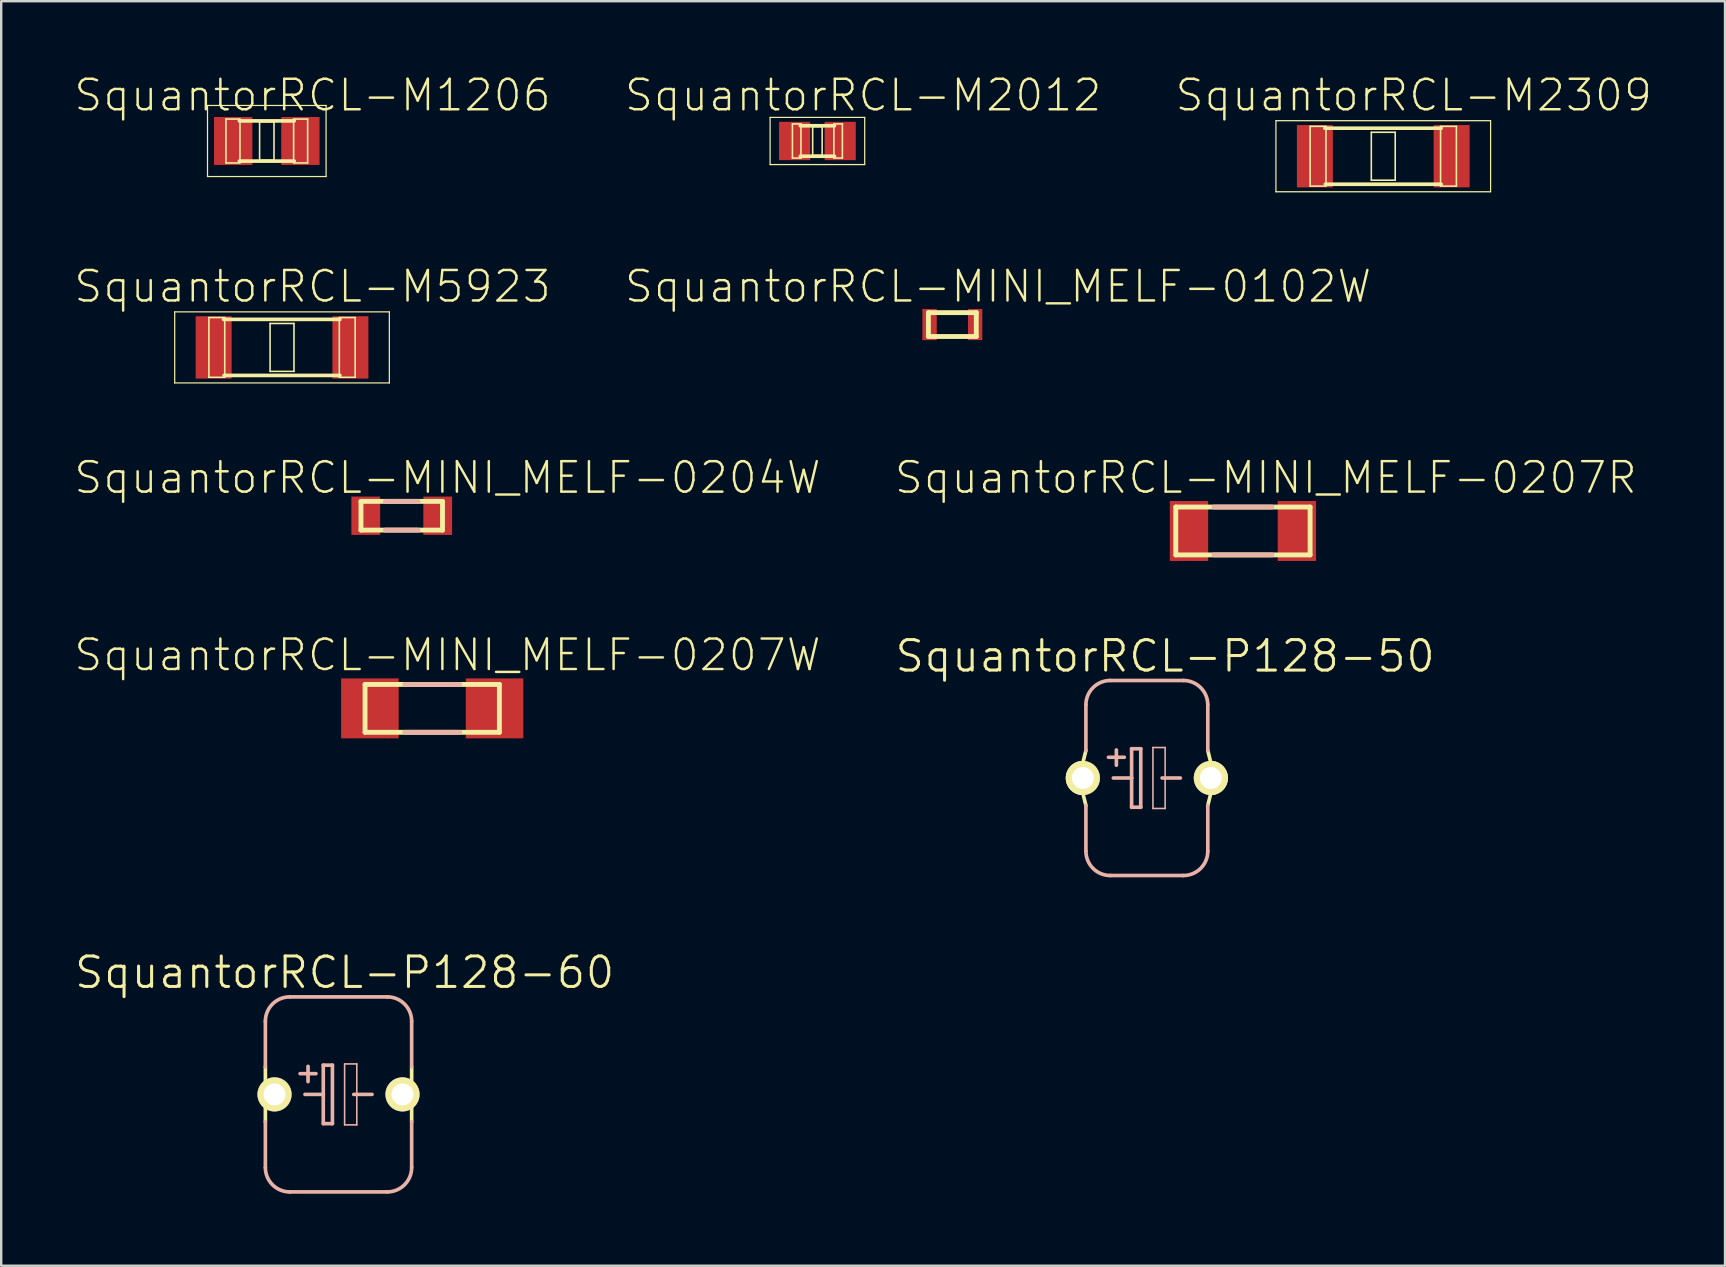
<source format=kicad_pcb>
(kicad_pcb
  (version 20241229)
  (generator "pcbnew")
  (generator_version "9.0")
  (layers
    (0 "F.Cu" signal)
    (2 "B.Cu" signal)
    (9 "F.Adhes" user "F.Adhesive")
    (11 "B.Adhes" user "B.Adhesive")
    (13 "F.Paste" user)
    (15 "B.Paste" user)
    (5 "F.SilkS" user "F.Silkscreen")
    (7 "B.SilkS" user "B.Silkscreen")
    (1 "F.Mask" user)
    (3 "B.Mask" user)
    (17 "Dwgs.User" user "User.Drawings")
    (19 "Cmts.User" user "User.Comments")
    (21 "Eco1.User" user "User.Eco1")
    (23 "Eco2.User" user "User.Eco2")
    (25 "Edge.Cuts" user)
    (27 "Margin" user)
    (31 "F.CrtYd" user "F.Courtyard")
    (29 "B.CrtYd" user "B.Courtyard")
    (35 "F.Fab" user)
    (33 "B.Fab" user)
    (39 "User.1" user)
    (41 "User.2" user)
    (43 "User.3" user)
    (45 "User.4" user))
  (footprint "SquantorRCL-M5923"
    (layer "F.Cu")
    (at 8.704 11.429)
    (property "Reference" "SquantorRCL-M5923" (at 1.27 -2.54 0) (layer "F.SilkS") (effects (font (size 1.27 1.27) (thickness 0.102))))
    (attr smd)
    (fp_line (start -4.473 -1.481) (end 4.473 -1.481) (stroke (width 0.051) (type solid)) (layer "F.SilkS"))
    (fp_line (start -4.473 1.481) (end -4.473 -1.481) (stroke (width 0.051) (type solid)) (layer "F.SilkS"))
    (fp_line (start -3.048 -1.245) (end -2.388 -1.245) (stroke (width 0.066) (type solid)) (layer "F.SilkS"))
    (fp_line (start -3.048 1.245) (end -3.048 -1.245) (stroke (width 0.066) (type solid)) (layer "F.SilkS"))
    (fp_line (start -3.048 1.245) (end -2.388 1.245) (stroke (width 0.066) (type solid)) (layer "F.SilkS"))
    (fp_line (start -2.388 1.245) (end -2.388 -1.245) (stroke (width 0.066) (type solid)) (layer "F.SilkS"))
    (fp_line (start -0.498 -0.998) (end 0.498 -0.998) (stroke (width 0.066) (type solid)) (layer "F.SilkS"))
    (fp_line (start -0.498 0.998) (end -0.498 -0.998) (stroke (width 0.066) (type solid)) (layer "F.SilkS"))
    (fp_line (start -0.498 0.998) (end 0.498 0.998) (stroke (width 0.066) (type solid)) (layer "F.SilkS"))
    (fp_line (start 0.498 0.998) (end 0.498 -0.998) (stroke (width 0.066) (type solid)) (layer "F.SilkS"))
    (fp_line (start 2.388 -1.245) (end 3.048 -1.245) (stroke (width 0.066) (type solid)) (layer "F.SilkS"))
    (fp_line (start 2.388 1.245) (end 2.388 -1.245) (stroke (width 0.066) (type solid)) (layer "F.SilkS"))
    (fp_line (start 2.388 1.245) (end 3.048 1.245) (stroke (width 0.066) (type solid)) (layer "F.SilkS"))
    (fp_line (start 2.413 -1.168) (end -2.438 -1.168) (stroke (width 0.152) (type solid)) (layer "F.SilkS"))
    (fp_line (start 2.413 1.168) (end -2.413 1.168) (stroke (width 0.152) (type solid)) (layer "F.SilkS"))
    (fp_line (start 3.048 1.245) (end 3.048 -1.245) (stroke (width 0.066) (type solid)) (layer "F.SilkS"))
    (fp_line (start 4.473 -1.481) (end 4.473 1.481) (stroke (width 0.051) (type solid)) (layer "F.SilkS"))
    (fp_line (start 4.473 1.481) (end -4.473 1.481) (stroke (width 0.051) (type solid)) (layer "F.SilkS"))
    (pad "1" smd rect (at -2.85 0) (size 1.499 2.598) (layers "F.Cu" "F.Mask" "F.Paste"))
    (pad "2" smd rect (at 2.85 0) (size 1.499 2.598) (layers "F.Cu" "F.Mask" "F.Paste")))
  (footprint "SquantorRCL-P128-60"
    (layer "F.Cu")
    (at 11.058 42.56)
    (property "Reference" "SquantorRCL-P128-60" (at 0.254 -5.08 0) (layer "F.SilkS") (effects (font (size 1.27 1.27) (thickness 0.127))))
    (attr exclude_from_pos_files exclude_from_bom)
    (fp_line (start -3.048 1.143) (end -3.048 -1.143) (stroke (width 0.152) (type solid)) (layer "F.SilkS"))
    (fp_line (start 3.048 1.143) (end 3.048 -1.143) (stroke (width 0.152) (type solid)) (layer "F.SilkS"))
    (fp_line (start -3.048 -3.048) (end -3.048 -1.143) (stroke (width 0.152) (type solid)) (layer "B.SilkS"))
    (fp_line (start -3.048 1.143) (end -3.048 3.048) (stroke (width 0.152) (type solid)) (layer "B.SilkS"))
    (fp_line (start -2.032 4.064) (end 2.032 4.064) (stroke (width 0.152) (type solid)) (layer "B.SilkS"))
    (fp_line (start -1.397 0) (end -0.635 0) (stroke (width 0.152) (type solid)) (layer "B.SilkS"))
    (fp_line (start -1.27 -1.168) (end -1.27 -0.533) (stroke (width 0.152) (type solid)) (layer "B.SilkS"))
    (fp_line (start -0.94 -0.864) (end -1.6 -0.864) (stroke (width 0.152) (type solid)) (layer "B.SilkS"))
    (fp_line (start -0.635 -1.219) (end -0.635 0) (stroke (width 0.152) (type solid)) (layer "B.SilkS"))
    (fp_line (start -0.635 0) (end -0.635 1.219) (stroke (width 0.152) (type solid)) (layer "B.SilkS"))
    (fp_line (start -0.635 1.219) (end -0.254 1.219) (stroke (width 0.152) (type solid)) (layer "B.SilkS"))
    (fp_line (start -0.254 -1.219) (end -0.635 -1.219) (stroke (width 0.152) (type solid)) (layer "B.SilkS"))
    (fp_line (start -0.254 1.219) (end -0.254 -1.219) (stroke (width 0.152) (type solid)) (layer "B.SilkS"))
    (fp_line (start 0.254 -1.27) (end 0.762 -1.27) (stroke (width 0.066) (type solid)) (layer "B.SilkS"))
    (fp_line (start 0.254 1.27) (end 0.254 -1.27) (stroke (width 0.066) (type solid)) (layer "B.SilkS"))
    (fp_line (start 0.254 1.27) (end 0.762 1.27) (stroke (width 0.066) (type solid)) (layer "B.SilkS"))
    (fp_line (start 0.635 0) (end 1.397 0) (stroke (width 0.152) (type solid)) (layer "B.SilkS"))
    (fp_line (start 0.762 1.27) (end 0.762 -1.27) (stroke (width 0.066) (type solid)) (layer "B.SilkS"))
    (fp_line (start 2.032 -4.064) (end -2.032 -4.064) (stroke (width 0.152) (type solid)) (layer "B.SilkS"))
    (fp_line (start 3.048 -3.048) (end 3.048 -1.143) (stroke (width 0.152) (type solid)) (layer "B.SilkS"))
    (fp_line (start 3.048 1.143) (end 3.048 3.048) (stroke (width 0.152) (type solid)) (layer "B.SilkS"))
    (fp_arc (start -3.048 -3.048) (mid -2.75042 -3.76642) (end -2.032 -4.064) (stroke (width 0.1524) (type solid)) (layer "B.SilkS"))
    (fp_arc (start -2.032 4.064) (mid -2.75042 3.76642) (end -3.048 3.048) (stroke (width 0.1524) (type solid)) (layer "B.SilkS"))
    (fp_arc (start 2.032 -4.064) (mid 2.75042 -3.76642) (end 3.048 -3.048) (stroke (width 0.1524) (type solid)) (layer "B.SilkS"))
    (fp_arc (start 3.048 3.048) (mid 2.75042 3.76642) (end 2.032 4.064) (stroke (width 0.1524) (type solid)) (layer "B.SilkS"))
    (pad "+" thru_hole circle (at -2.667 0) (size 1.422 1.422) (drill 0.914) (layers "*.Cu" "F.Mask" "F.SilkS" "F.Paste"))
    (pad "-" thru_hole circle (at 2.667 0) (size 1.422 1.422) (drill 0.914) (layers "*.Cu" "F.Mask" "F.SilkS" "F.Paste")))
  (footprint "SquantorRCL-MINI_MELF-0102W"
    (layer "F.Cu")
    (at 36.64 10.476)
    (property "Reference" "SquantorRCL-MINI_MELF-0102W" (at 1.905 -1.587 0) (layer "F.SilkS") (effects (font (size 1.27 1.27) (thickness 0.102))))
    (attr smd)
    (fp_line (start -0.998 -0.498) (end -0.998 0.498) (stroke (width 0.203) (type solid)) (layer "F.SilkS"))
    (fp_line (start -0.998 0.498) (end 0.998 0.498) (stroke (width 0.203) (type solid)) (layer "F.SilkS"))
    (fp_line (start 0.998 -0.498) (end -0.998 -0.498) (stroke (width 0.203) (type solid)) (layer "F.SilkS"))
    (fp_line (start 0.998 0.498) (end 0.998 -0.498) (stroke (width 0.203) (type solid)) (layer "F.SilkS"))
    (pad "1" smd rect (at -0.95 0) (size 0.599 1.298) (layers "F.Cu" "F.Mask" "F.Paste"))
    (pad "2" smd rect (at 0.95 0) (size 0.599 1.298) (layers "F.Cu" "F.Mask" "F.Paste")))
  (footprint "SquantorRCL-MINI_MELF-0207W"
    (layer "F.Cu")
    (at 14.963 26.472)
    (property "Reference" "SquantorRCL-MINI_MELF-0207W" (at 0.635 -2.223 0) (layer "F.SilkS") (effects (font (size 1.27 1.27) (thickness 0.102))))
    (attr smd)
    (fp_line (start -2.799 -0.998) (end -2.799 0.998) (stroke (width 0.203) (type solid)) (layer "F.SilkS"))
    (fp_line (start -2.799 0.998) (end 2.799 0.998) (stroke (width 0.203) (type solid)) (layer "F.SilkS"))
    (fp_line (start 2.799 -0.998) (end -2.799 -0.998) (stroke (width 0.203) (type solid)) (layer "F.SilkS"))
    (fp_line (start 2.799 0.998) (end 2.799 -0.998) (stroke (width 0.203) (type solid)) (layer "F.SilkS"))
    (fp_line (start -1.148 0.998) (end 1.148 0.998) (stroke (width 0.203) (type solid)) (layer "B.SilkS"))
    (fp_line (start 1.148 -0.998) (end -1.148 -0.998) (stroke (width 0.203) (type solid)) (layer "B.SilkS"))
    (pad "1" smd rect (at -2.598 0) (size 2.398 2.499) (layers "F.Cu" "F.Mask" "F.Paste"))
    (pad "2" smd rect (at 2.598 0) (size 2.398 2.499) (layers "F.Cu" "F.Mask" "F.Paste")))
  (footprint "SquantorRCL-M2012"
    (layer "F.Cu")
    (at 31.016 2.826)
    (property "Reference" "SquantorRCL-M2012" (at 1.905 -1.905 0) (layer "F.SilkS") (effects (font (size 1.27 1.27) (thickness 0.102))))
    (attr smd)
    (fp_line (start -1.971 -0.983) (end 1.971 -0.983) (stroke (width 0.051) (type solid)) (layer "F.SilkS"))
    (fp_line (start -1.971 0.983) (end -1.971 -0.983) (stroke (width 0.051) (type solid)) (layer "F.SilkS"))
    (fp_line (start -1.041 -0.711) (end -0.686 -0.711) (stroke (width 0.066) (type solid)) (layer "F.SilkS"))
    (fp_line (start -1.041 0.711) (end -1.041 -0.711) (stroke (width 0.066) (type solid)) (layer "F.SilkS"))
    (fp_line (start -1.041 0.711) (end -0.686 0.711) (stroke (width 0.066) (type solid)) (layer "F.SilkS"))
    (fp_line (start -0.686 0.711) (end -0.686 -0.711) (stroke (width 0.066) (type solid)) (layer "F.SilkS"))
    (fp_line (start -0.198 -0.599) (end 0.198 -0.599) (stroke (width 0.066) (type solid)) (layer "F.SilkS"))
    (fp_line (start -0.198 0.599) (end -0.198 -0.599) (stroke (width 0.066) (type solid)) (layer "F.SilkS"))
    (fp_line (start -0.198 0.599) (end 0.198 0.599) (stroke (width 0.066) (type solid)) (layer "F.SilkS"))
    (fp_line (start 0.198 0.599) (end 0.198 -0.599) (stroke (width 0.066) (type solid)) (layer "F.SilkS"))
    (fp_line (start 0.686 -0.711) (end 1.041 -0.711) (stroke (width 0.066) (type solid)) (layer "F.SilkS"))
    (fp_line (start 0.686 0.711) (end 0.686 -0.711) (stroke (width 0.066) (type solid)) (layer "F.SilkS"))
    (fp_line (start 0.686 0.711) (end 1.041 0.711) (stroke (width 0.066) (type solid)) (layer "F.SilkS"))
    (fp_line (start 0.711 -0.635) (end -0.711 -0.635) (stroke (width 0.152) (type solid)) (layer "F.SilkS"))
    (fp_line (start 0.711 0.635) (end -0.711 0.635) (stroke (width 0.152) (type solid)) (layer "F.SilkS"))
    (fp_line (start 1.041 0.711) (end 1.041 -0.711) (stroke (width 0.066) (type solid)) (layer "F.SilkS"))
    (fp_line (start 1.971 -0.983) (end 1.971 0.983) (stroke (width 0.051) (type solid)) (layer "F.SilkS"))
    (fp_line (start 1.971 0.983) (end -1.971 0.983) (stroke (width 0.051) (type solid)) (layer "F.SilkS"))
    (pad "1" smd rect (at -0.95 0) (size 1.298 1.598) (layers "F.Cu" "F.Mask" "F.Paste"))
    (pad "2" smd rect (at 0.95 0) (size 1.298 1.598) (layers "F.Cu" "F.Mask" "F.Paste")))
  (footprint "SquantorRCL-M1206"
    (layer "F.Cu")
    (at 8.069 2.826)
    (property "Reference" "SquantorRCL-M1206" (at 1.905 -1.905 0) (layer "F.SilkS") (effects (font (size 1.27 1.27) (thickness 0.102))))
    (attr smd)
    (fp_line (start -2.471 -1.481) (end 2.471 -1.481) (stroke (width 0.051) (type solid)) (layer "F.SilkS"))
    (fp_line (start -2.471 1.481) (end -2.471 -1.481) (stroke (width 0.051) (type solid)) (layer "F.SilkS"))
    (fp_line (start -1.702 -0.914) (end -1.118 -0.914) (stroke (width 0.066) (type solid)) (layer "F.SilkS"))
    (fp_line (start -1.702 0.914) (end -1.702 -0.914) (stroke (width 0.066) (type solid)) (layer "F.SilkS"))
    (fp_line (start -1.702 0.914) (end -1.118 0.914) (stroke (width 0.066) (type solid)) (layer "F.SilkS"))
    (fp_line (start -1.118 0.914) (end -1.118 -0.914) (stroke (width 0.066) (type solid)) (layer "F.SilkS"))
    (fp_line (start -0.3 -0.8) (end 0.3 -0.8) (stroke (width 0.066) (type solid)) (layer "F.SilkS"))
    (fp_line (start -0.3 0.8) (end -0.3 -0.8) (stroke (width 0.066) (type solid)) (layer "F.SilkS"))
    (fp_line (start -0.3 0.8) (end 0.3 0.8) (stroke (width 0.066) (type solid)) (layer "F.SilkS"))
    (fp_line (start 0.3 0.8) (end 0.3 -0.8) (stroke (width 0.066) (type solid)) (layer "F.SilkS"))
    (fp_line (start 1.118 -0.914) (end 1.702 -0.914) (stroke (width 0.066) (type solid)) (layer "F.SilkS"))
    (fp_line (start 1.118 0.914) (end 1.118 -0.914) (stroke (width 0.066) (type solid)) (layer "F.SilkS"))
    (fp_line (start 1.118 0.914) (end 1.702 0.914) (stroke (width 0.066) (type solid)) (layer "F.SilkS"))
    (fp_line (start 1.143 -0.838) (end -1.143 -0.838) (stroke (width 0.152) (type solid)) (layer "F.SilkS"))
    (fp_line (start 1.143 0.838) (end -1.143 0.838) (stroke (width 0.152) (type solid)) (layer "F.SilkS"))
    (fp_line (start 1.702 0.914) (end 1.702 -0.914) (stroke (width 0.066) (type solid)) (layer "F.SilkS"))
    (fp_line (start 2.471 -1.481) (end 2.471 1.481) (stroke (width 0.051) (type solid)) (layer "F.SilkS"))
    (fp_line (start 2.471 1.481) (end -2.471 1.481) (stroke (width 0.051) (type solid)) (layer "F.SilkS"))
    (pad "1" smd rect (at -1.4 0) (size 1.598 1.999) (layers "F.Cu" "F.Mask" "F.Paste"))
    (pad "2" smd rect (at 1.4 0) (size 1.598 1.999) (layers "F.Cu" "F.Mask" "F.Paste")))
  (footprint "SquantorRCL-P128-50"
    (layer "F.Cu")
    (at 44.746 29.374)
    (property "Reference" "SquantorRCL-P128-50" (at 0.762 -5.08 0) (layer "F.SilkS") (effects (font (size 1.27 1.27) (thickness 0.127))))
    (attr exclude_from_pos_files exclude_from_bom)
    (fp_line (start -2.667 -0.635) (end -2.54 -1.143) (stroke (width 0.152) (type solid)) (layer "F.SilkS"))
    (fp_line (start -2.54 1.143) (end -2.667 0.635) (stroke (width 0.152) (type solid)) (layer "F.SilkS"))
    (fp_line (start 2.54 1.143) (end 2.667 0.635) (stroke (width 0.152) (type solid)) (layer "F.SilkS"))
    (fp_line (start 2.667 -0.635) (end 2.54 -1.143) (stroke (width 0.152) (type solid)) (layer "F.SilkS"))
    (fp_arc (start -2.667 0.635) (mid -3.302 0) (end -2.667 -0.635) (stroke (width 0.1524) (type solid)) (layer "F.SilkS"))
    (fp_arc (start 2.667 -0.635) (mid 3.302 0) (end 2.667 0.635) (stroke (width 0.1524) (type solid)) (layer "F.SilkS"))
    (fp_line (start -2.54 -3.048) (end -2.54 -1.143) (stroke (width 0.152) (type solid)) (layer "B.SilkS"))
    (fp_line (start -2.54 1.143) (end -2.54 3.048) (stroke (width 0.152) (type solid)) (layer "B.SilkS"))
    (fp_line (start -1.524 4.064) (end 1.524 4.064) (stroke (width 0.152) (type solid)) (layer "B.SilkS"))
    (fp_line (start -1.397 0) (end -0.635 0) (stroke (width 0.152) (type solid)) (layer "B.SilkS"))
    (fp_line (start -1.27 -1.168) (end -1.27 -0.533) (stroke (width 0.152) (type solid)) (layer "B.SilkS"))
    (fp_line (start -0.94 -0.864) (end -1.6 -0.864) (stroke (width 0.152) (type solid)) (layer "B.SilkS"))
    (fp_line (start -0.635 -1.219) (end -0.635 0) (stroke (width 0.152) (type solid)) (layer "B.SilkS"))
    (fp_line (start -0.635 0) (end -0.635 1.219) (stroke (width 0.152) (type solid)) (layer "B.SilkS"))
    (fp_line (start -0.635 1.219) (end -0.254 1.219) (stroke (width 0.152) (type solid)) (layer "B.SilkS"))
    (fp_line (start -0.254 -1.219) (end -0.635 -1.219) (stroke (width 0.152) (type solid)) (layer "B.SilkS"))
    (fp_line (start -0.254 1.219) (end -0.254 -1.219) (stroke (width 0.152) (type solid)) (layer "B.SilkS"))
    (fp_line (start 0.254 -1.27) (end 0.762 -1.27) (stroke (width 0.066) (type solid)) (layer "B.SilkS"))
    (fp_line (start 0.254 1.27) (end 0.254 -1.27) (stroke (width 0.066) (type solid)) (layer "B.SilkS"))
    (fp_line (start 0.254 1.27) (end 0.762 1.27) (stroke (width 0.066) (type solid)) (layer "B.SilkS"))
    (fp_line (start 0.635 0) (end 1.397 0) (stroke (width 0.152) (type solid)) (layer "B.SilkS"))
    (fp_line (start 0.762 1.27) (end 0.762 -1.27) (stroke (width 0.066) (type solid)) (layer "B.SilkS"))
    (fp_line (start 1.524 -4.064) (end -1.524 -4.064) (stroke (width 0.152) (type solid)) (layer "B.SilkS"))
    (fp_line (start 2.54 -3.048) (end 2.54 -1.143) (stroke (width 0.152) (type solid)) (layer "B.SilkS"))
    (fp_line (start 2.54 1.143) (end 2.54 3.048) (stroke (width 0.152) (type solid)) (layer "B.SilkS"))
    (fp_arc (start -2.54 -3.048) (mid -2.24242 -3.76642) (end -1.524 -4.064) (stroke (width 0.1524) (type solid)) (layer "B.SilkS"))
    (fp_arc (start -1.524 4.064) (mid -2.24242 3.76642) (end -2.54 3.048) (stroke (width 0.1524) (type solid)) (layer "B.SilkS"))
    (fp_arc (start 1.524 -4.064) (mid 2.24242 -3.76642) (end 2.54 -3.048) (stroke (width 0.1524) (type solid)) (layer "B.SilkS"))
    (fp_arc (start 2.54 3.048) (mid 2.24242 3.76642) (end 1.524 4.064) (stroke (width 0.1524) (type solid)) (layer "B.SilkS"))
    (pad "+" thru_hole circle (at -2.667 0) (size 1.422 1.422) (drill 0.914) (layers "*.Cu" "F.Mask" "F.SilkS" "F.Paste"))
    (pad "-" thru_hole circle (at 2.667 0) (size 1.422 1.422) (drill 0.914) (layers "*.Cu" "F.Mask" "F.SilkS" "F.Paste")))
  (footprint "SquantorRCL-MINI_MELF-0207R"
    (layer "F.Cu")
    (at 48.751 19.079)
    (property "Reference" "SquantorRCL-MINI_MELF-0207R" (at 0.953 -2.223 0) (layer "F.SilkS") (effects (font (size 1.27 1.27) (thickness 0.102))))
    (attr smd)
    (fp_line (start -2.799 -0.998) (end -2.799 0.998) (stroke (width 0.203) (type solid)) (layer "F.SilkS"))
    (fp_line (start -2.799 0.998) (end 2.799 0.998) (stroke (width 0.203) (type solid)) (layer "F.SilkS"))
    (fp_line (start 2.799 -0.998) (end -2.799 -0.998) (stroke (width 0.203) (type solid)) (layer "F.SilkS"))
    (fp_line (start 2.799 0.998) (end 2.799 -0.998) (stroke (width 0.203) (type solid)) (layer "F.SilkS"))
    (fp_line (start -1.212 0.998) (end 1.212 0.998) (stroke (width 0.203) (type solid)) (layer "B.SilkS"))
    (fp_line (start 1.212 -0.998) (end -1.212 -0.998) (stroke (width 0.203) (type solid)) (layer "B.SilkS"))
    (pad "1" smd rect (at -2.248 0) (size 1.598 2.499) (layers "F.Cu" "F.Mask" "F.Paste"))
    (pad "2" smd rect (at 2.248 0) (size 1.598 2.499) (layers "F.Cu" "F.Mask" "F.Paste")))
  (footprint "SquantorRCL-M2309"
    (layer "F.Cu")
    (at 54.599 3.461)
    (property "Reference" "SquantorRCL-M2309" (at 1.27 -2.54 0) (layer "F.SilkS") (effects (font (size 1.27 1.27) (thickness 0.102))))
    (attr smd)
    (fp_line (start -4.473 -1.481) (end 4.473 -1.481) (stroke (width 0.051) (type solid)) (layer "F.SilkS"))
    (fp_line (start -4.473 1.481) (end -4.473 -1.481) (stroke (width 0.051) (type solid)) (layer "F.SilkS"))
    (fp_line (start -3.048 -1.245) (end -2.388 -1.245) (stroke (width 0.066) (type solid)) (layer "F.SilkS"))
    (fp_line (start -3.048 1.245) (end -3.048 -1.245) (stroke (width 0.066) (type solid)) (layer "F.SilkS"))
    (fp_line (start -3.048 1.245) (end -2.388 1.245) (stroke (width 0.066) (type solid)) (layer "F.SilkS"))
    (fp_line (start -2.388 1.245) (end -2.388 -1.245) (stroke (width 0.066) (type solid)) (layer "F.SilkS"))
    (fp_line (start -0.498 -0.998) (end 0.498 -0.998) (stroke (width 0.066) (type solid)) (layer "F.SilkS"))
    (fp_line (start -0.498 0.998) (end -0.498 -0.998) (stroke (width 0.066) (type solid)) (layer "F.SilkS"))
    (fp_line (start -0.498 0.998) (end 0.498 0.998) (stroke (width 0.066) (type solid)) (layer "F.SilkS"))
    (fp_line (start 0.498 0.998) (end 0.498 -0.998) (stroke (width 0.066) (type solid)) (layer "F.SilkS"))
    (fp_line (start 2.388 -1.245) (end 3.048 -1.245) (stroke (width 0.066) (type solid)) (layer "F.SilkS"))
    (fp_line (start 2.388 1.245) (end 2.388 -1.245) (stroke (width 0.066) (type solid)) (layer "F.SilkS"))
    (fp_line (start 2.388 1.245) (end 3.048 1.245) (stroke (width 0.066) (type solid)) (layer "F.SilkS"))
    (fp_line (start 2.413 -1.168) (end -2.438 -1.168) (stroke (width 0.152) (type solid)) (layer "F.SilkS"))
    (fp_line (start 2.413 1.168) (end -2.413 1.168) (stroke (width 0.152) (type solid)) (layer "F.SilkS"))
    (fp_line (start 3.048 1.245) (end 3.048 -1.245) (stroke (width 0.066) (type solid)) (layer "F.SilkS"))
    (fp_line (start 4.473 -1.481) (end 4.473 1.481) (stroke (width 0.051) (type solid)) (layer "F.SilkS"))
    (fp_line (start 4.473 1.481) (end -4.473 1.481) (stroke (width 0.051) (type solid)) (layer "F.SilkS"))
    (pad "1" smd rect (at -2.85 0) (size 1.499 2.598) (layers "F.Cu" "F.Mask" "F.Paste"))
    (pad "2" smd rect (at 2.85 0) (size 1.499 2.598) (layers "F.Cu" "F.Mask" "F.Paste")))
  (footprint "SquantorRCL-MINI_MELF-0204W"
    (layer "F.Cu")
    (at 13.693 18.444)
    (property "Reference" "SquantorRCL-MINI_MELF-0204W" (at 1.905 -1.587 0) (layer "F.SilkS") (effects (font (size 1.27 1.27) (thickness 0.102))))
    (attr smd)
    (fp_line (start -1.699 -0.599) (end -1.699 0.599) (stroke (width 0.203) (type solid)) (layer "F.SilkS"))
    (fp_line (start -1.699 0.599) (end 1.699 0.599) (stroke (width 0.203) (type solid)) (layer "F.SilkS"))
    (fp_line (start 1.699 -0.599) (end -1.699 -0.599) (stroke (width 0.203) (type solid)) (layer "F.SilkS"))
    (fp_line (start 1.699 0.599) (end 1.699 -0.599) (stroke (width 0.203) (type solid)) (layer "F.SilkS"))
    (fp_line (start -0.683 0.599) (end 0.683 0.599) (stroke (width 0.203) (type solid)) (layer "B.SilkS"))
    (fp_line (start 0.683 -0.599) (end -0.683 -0.599) (stroke (width 0.203) (type solid)) (layer "B.SilkS"))
    (pad "1" smd rect (at -1.499 0) (size 1.199 1.598) (layers "F.Cu" "F.Mask" "F.Paste"))
    (pad "2" smd rect (at 1.499 0) (size 1.199 1.598) (layers "F.Cu" "F.Mask" "F.Paste")))
  (gr_rect
    (start -3 -3)
    (end 68.842 49.7)
    (stroke (width 0.1) (type default))
    (fill no)
    (layer "Edge.Cuts")))
</source>
